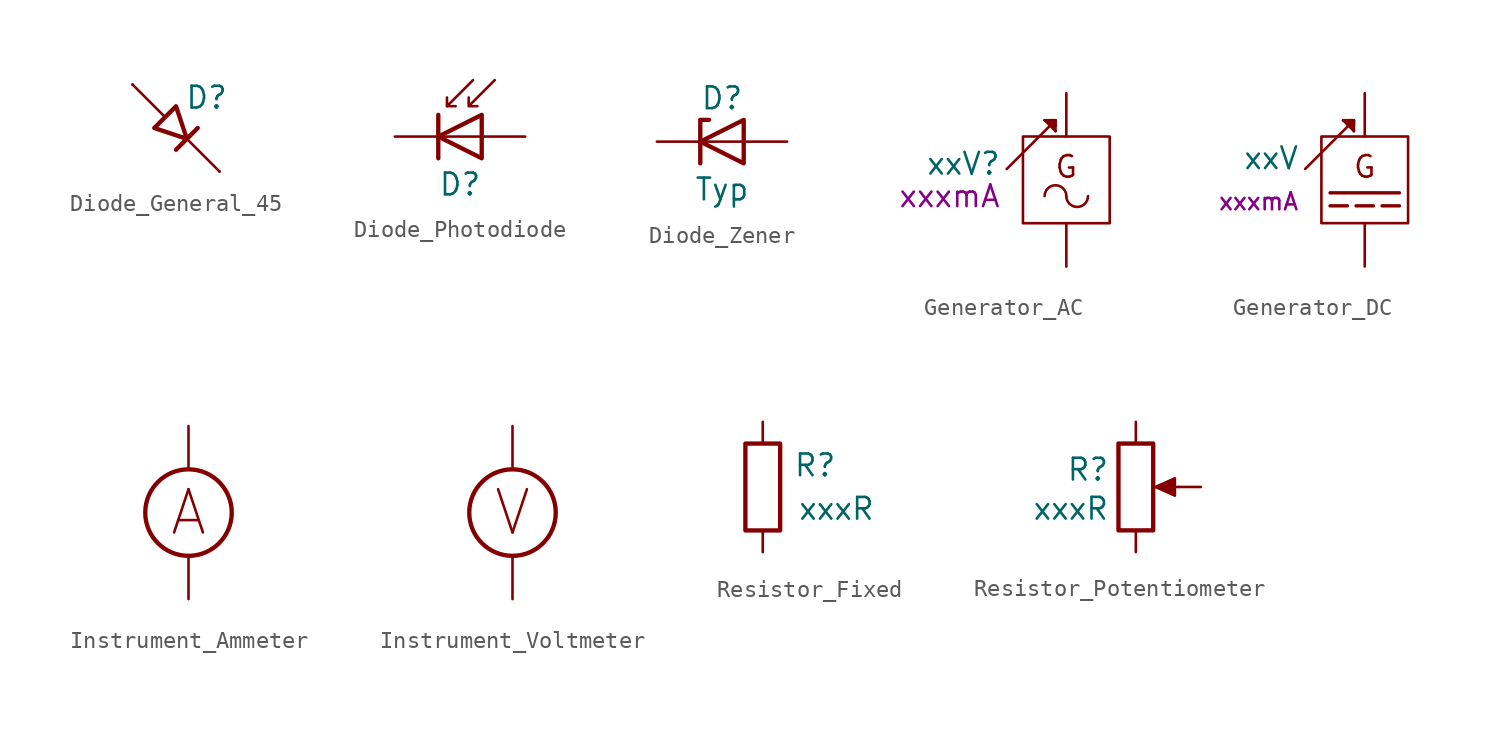
<source format=kicad_sym>
(kicad_symbol_lib
  (version 20231120)
  (generator "kicad_symbol_editor")
  (generator_version "8.0")
  (symbol "Diode_General_45"
    (pin_numbers hide)
    (pin_names
      (offset 0) hide)
    (property "Reference" "D"
      (at 0.508 1.778 0)
      (effects (font (size 1.27 1.27)) (justify left)))
    (symbol "Diode_General_45_0_1"
      (polyline (pts (xy -0.635 0.635) (xy -2.54 2.54)) (stroke (width 0) (type default)) (fill (type none)))
      (polyline (pts (xy 0 -1.27) (xy 1.27 0)) (stroke (width 0.254) (type default)) (fill (type none)))
      (polyline (pts (xy 2.54 -2.54) (xy 0.635 -0.635)) (stroke (width 0) (type default)) (fill (type none)))
      (polyline (pts (xy -1.27 0) (xy 0 1.27) (xy 0.635 -0.635) (xy -1.27 0)) (stroke (width 0.254) (type default)) (fill (type none))))
    (symbol "Diode_General_45_1_1"
      (pin passive line (at 2.54 -2.54 180) (length 0) (name "K" (effects (font (size 1.27 1.27)))) (number "1" (effects (font (size 1.27 1.27)))))
      (pin passive line (at -2.54 2.54 0) (length 0) (name "A" (effects (font (size 1.27 1.27)))) (number "2" (effects (font (size 1.27 1.27)))))))
  (symbol "Diode_Photodiode"
    (pin_numbers hide)
    (pin_names
      (offset 0) hide)
    (property "Reference" "D"
      (at 0 -2.794 0)
      (effects (font (size 1.27 1.27))))
    (property "Value" ""
      (at 0 0 0)
      (effects (font (size 1.27 1.27))))
    (symbol "Diode_Photodiode_0_1"
      (polyline (pts (xy -1.27 1.27) (xy -1.27 -1.27)) (stroke (width 0.254) (type default)) (fill (type none)))
      (polyline (pts (xy -0.762 1.778) (xy -0.254 1.778)) (stroke (width 0) (type default)) (fill (type none)))
      (polyline (pts (xy 1.27 0) (xy -1.27 0)) (stroke (width 0) (type default)) (fill (type none)))
      (polyline (pts (xy 0.762 3.302) (xy -0.762 1.778) (xy -0.762 2.286)) (stroke (width 0) (type default)) (fill (type none)))
      (polyline (pts (xy 1.27 -1.27) (xy 1.27 1.27) (xy -1.27 0) (xy 1.27 -1.27)) (stroke (width 0.254) (type default)) (fill (type none)))
      (polyline (pts (xy 2.032 3.302) (xy 0.508 1.778) (xy 0.508 2.286) (xy 0.508 1.778) (xy 1.016 1.778)) (stroke (width 0) (type default)) (fill (type none))))
    (symbol "Diode_Photodiode_1_1"
      (pin passive line (at -3.81 0 0) (length 2.54) (name "K" (effects (font (size 1.27 1.27)))) (number "1" (effects (font (size 1.27 1.27)))))
      (pin passive line (at 3.81 0 180) (length 2.54) (name "A" (effects (font (size 1.27 1.27)))) (number "2" (effects (font (size 1.27 1.27)))))))
  (symbol "Diode_Zener"
    (pin_numbers hide)
    (pin_names
      (offset 0) hide)
    (property "Reference" "D"
      (at 0 2.54 0)
      (effects (font (size 1.27 1.27))))
    (property "Value" "Typ"
      (at 0 -2.794 0)
      (effects (font (size 1.27 1.27))))
    (symbol "Diode_Zener_0_1"
      (polyline (pts (xy 1.27 0) (xy -1.27 0)) (stroke (width 0) (type default)) (fill (type none)))
      (polyline (pts (xy -1.27 -1.27) (xy -1.27 1.27) (xy -0.762 1.27)) (stroke (width 0.254) (type default)) (fill (type none)))
      (polyline (pts (xy 1.27 -1.27) (xy 1.27 1.27) (xy -1.27 0) (xy 1.27 -1.27)) (stroke (width 0.254) (type default)) (fill (type none))))
    (symbol "Diode_Zener_1_1"
      (pin passive line (at -3.81 0 0) (length 2.54) (name "K" (effects (font (size 1.27 1.27)))) (number "1" (effects (font (size 1.27 1.27)))))
      (pin passive line (at 3.81 0 180) (length 2.54) (name "A" (effects (font (size 1.27 1.27)))) (number "2" (effects (font (size 1.27 1.27)))))))
  (symbol "Generator_AC"
    (property "Reference" "xxV"
      (at -3.81 0.953 0)
      (do_not_autoplace)
      (effects (font (size 1.27 1.27)) (justify right)))
    (property "Value" ""
      (at 0 0 0)
      (effects (font (size 1.27 1.27))))
    (property "Current" "xxxmA"
      (at -3.81 -0.953 0)
      (do_not_autoplace)
      (effects (font (size 1.27 1.27)) (justify right)))
    (symbol "Generator_AC_0_0"
      (arc (start 0 -0.9498) (mid -0.635 -0.3175) (end -1.27 -0.9498) (stroke (width 0) (type default)) (fill (type none)))
      (arc (start 0 -0.9498) (mid 0.635 -1.5821) (end 1.27 -0.9498) (stroke (width 0) (type default)) (fill (type none))))
    (symbol "Generator_AC_0_1"
      (polyline (pts (xy -1.27 3.493) (xy -0.635 2.857)) (stroke (width 0) (type default)) (fill (type none)))
      (polyline (pts (xy -0.953 3.493) (xy -0.635 3.175)) (stroke (width 0) (type default)) (fill (type none)))
      (polyline (pts (xy -0.635 3.493) (xy -3.493 0.635)) (stroke (width 0) (type default)) (fill (type none)))
      (polyline (pts (xy -0.635 3.493) (xy -1.27 3.493)) (stroke (width 0) (type default)) (fill (type none)))
      (polyline (pts (xy -0.635 3.493) (xy -0.635 2.857)) (stroke (width 0) (type default)) (fill (type none)))
      (polyline (pts (xy -1.27 3.493) (xy -0.635 3.175) (xy -0.635 3.493) (xy -0.953 3.493) (xy -0.635 2.857)) (stroke (width 0) (type default)) (fill (type none))))
    (symbol "Generator_AC_1_1"
      (polyline (pts (xy 0 2.54) (xy -2.54 2.54) (xy -2.54 -2.54) (xy 2.54 -2.54) (xy 2.54 2.54) (xy 0 2.54)) (stroke (width 0) (type default)) (fill (type none)))
      (text "G" (at 0 0.762 0) (effects (font (size 1.27 1.27))))
      (pin power_out line (at 0 -5.08 90) (length 2.54) (name "" (effects (font (size 1.27 1.27)))) (number "" (effects (font (size 1.27 1.27)))))
      (pin power_out line (at 0 5.08 270) (length 2.54) (name "" (effects (font (size 1.27 1.27)))) (number "" (effects (font (size 1.27 1.27)))))))
  (symbol "Generator_DC"
    (pin_numbers hide)
    (pin_names hide)
    (property "Reference" "G"
      (at 0 0 0)
      (effects (font (size 1.27 1.27)) (hide yes)))
    (property "Value" "xxV"
      (at -3.81 1.27 0)
      (do_not_autoplace)
      (effects (font (size 1.27 1.27)) (justify right)))
    (property "Current" "xxxmA"
      (at -3.81 -1.27 0)
      (do_not_autoplace)
      (effects (font (size 1 1)) (justify right)))
    (symbol "Generator_DC_0_1"
      (polyline (pts (xy -1.27 3.493) (xy -0.635 2.857)) (stroke (width 0) (type default)) (fill (type none)))
      (polyline (pts (xy -0.953 3.493) (xy -0.635 3.175)) (stroke (width 0) (type default)) (fill (type none)))
      (polyline (pts (xy -0.635 3.493) (xy -3.493 0.635)) (stroke (width 0) (type default)) (fill (type none)))
      (polyline (pts (xy -0.635 3.493) (xy -1.27 3.493)) (stroke (width 0) (type default)) (fill (type none)))
      (polyline (pts (xy -0.635 3.493) (xy -0.635 2.857)) (stroke (width 0) (type default)) (fill (type none)))
      (polyline (pts (xy -1.27 3.493) (xy -0.635 3.175) (xy -0.635 3.493) (xy -0.953 3.493) (xy -0.635 2.857)) (stroke (width 0) (type default)) (fill (type none))))
    (symbol "Generator_DC_1_1"
      (polyline (pts (xy -2.032 -1.524) (xy -1.016 -1.524)) (stroke (width 0.2) (type default)) (fill (type none)))
      (polyline (pts (xy -2.032 -0.762) (xy 2.032 -0.762)) (stroke (width 0.2) (type default)) (fill (type none)))
      (polyline (pts (xy -0.508 -1.524) (xy 0.508 -1.524)) (stroke (width 0.2) (type default)) (fill (type none)))
      (polyline (pts (xy 1.016 -1.524) (xy 2.032 -1.524)) (stroke (width 0.2) (type default)) (fill (type none)))
      (polyline (pts (xy 0 2.54) (xy -2.54 2.54) (xy -2.54 -2.54) (xy 2.54 -2.54) (xy 2.54 2.54) (xy 0 2.54)) (stroke (width 0) (type default)) (fill (type none)))
      (text "G" (at 0 0.762 0) (effects (font (size 1.27 1.27))))
      (pin power_out line (at 0 -5.08 90) (length 2.54) (name "" (effects (font (size 1.27 1.27)))) (number "" (effects (font (size 1.27 1.27)))))
      (pin power_out line (at 0 5.08 270) (length 2.54) (name "" (effects (font (size 1.27 1.27)))) (number "" (effects (font (size 1.27 1.27)))))))
  (symbol "Instrument_Ammeter"
    (pin_numbers hide)
    (pin_names
      (offset 0) hide)
    (property "Reference" "AAA"
      (at 4.826 0 0)
      (effects (font (size 1.27 1.27)) (hide yes)))
    (symbol "Instrument_Ammeter_0_1"
      (circle (center 0 0) (radius 2.54) (stroke (width 0.254) (type default)) (fill (type none))))
    (symbol "Instrument_Ammeter_1_0"
      (text "A" (at 0 0 0) (effects (font (size 2.54 2.54)))))
    (symbol "Instrument_Ammeter_1_1"
      (pin passive line (at 0 -5.08 90) (length 2.54) (name "-" (effects (font (size 1.27 1.27)))) (number "1" (effects (font (size 1.27 1.27)))))
      (pin passive line (at 0 5.08 270) (length 2.54) (name "+" (effects (font (size 1.27 1.27)))) (number "2" (effects (font (size 1.27 1.27)))))))
  (symbol "Instrument_Voltmeter"
    (pin_numbers hide)
    (pin_names
      (offset 0) hide)
    (property "Reference" "UUU"
      (at 4.318 0 0)
      (effects (font (size 1.27 1.27)) (hide yes)))
    (symbol "Instrument_Voltmeter_0_0"
      (text "V" (at 0 0 0) (effects (font (size 2.54 2.54)))))
    (symbol "Instrument_Voltmeter_0_1"
      (circle (center 0 0) (radius 2.54) (stroke (width 0.254) (type default)) (fill (type none))))
    (symbol "Instrument_Voltmeter_1_1"
      (pin passive line (at 0 -5.08 90) (length 2.54) (name "-" (effects (font (size 1.27 1.27)))) (number "1" (effects (font (size 1.27 1.27)))))
      (pin passive line (at 0 5.08 270) (length 2.54) (name "+" (effects (font (size 1.27 1.27)))) (number "2" (effects (font (size 1.27 1.27)))))))
  (symbol "Resistor_Fixed"
    (pin_numbers hide)
    (pin_names
      (offset 0) hide)
    (property "Reference" "R"
      (at 1.778 1.27 0)
      (effects (font (size 1.27 1.27)) (justify left)))
    (property "Value" "xxxR"
      (at 2.032 -1.27 0)
      (effects (font (size 1.27 1.27)) (justify left)))
    (symbol "Resistor_Fixed_0_1"
      (rectangle (start -1.016 -2.54) (end 1.016 2.54) (stroke (width 0.254) (type default)) (fill (type none))))
    (symbol "Resistor_Fixed_1_1"
      (pin passive line (at 0 3.81 270) (length 1.27) (name "~" (effects (font (size 1.27 1.27)))) (number "1" (effects (font (size 1.27 1.27)))))
      (pin passive line (at 0 -3.81 90) (length 1.27) (name "~" (effects (font (size 1.27 1.27)))) (number "2" (effects (font (size 1.27 1.27)))))))
  (symbol "Resistor_Potentiometer"
    (pin_numbers hide)
    (pin_names
      (offset 0) hide)
    (property "Reference" "R"
      (at -1.524 1.016 0)
      (effects (font (size 1.27 1.27)) (justify right)))
    (property "Value" "xxxR"
      (at -1.524 -1.27 0)
      (effects (font (size 1.27 1.27)) (justify right)))
    (symbol "Resistor_Potentiometer_0_1"
      (rectangle (start -1.016 2.54) (end 1.016 -2.54) (stroke (width 0.254) (type default)) (fill (type none)))
      (polyline (pts (xy 2.54 0) (xy 1.524 0)) (stroke (width 0) (type default)) (fill (type none)))
      (polyline (pts (xy 1.143 0) (xy 2.286 0.508) (xy 2.286 -0.508) (xy 1.143 0)) (stroke (width 0) (type default)) (fill (type outline))))
    (symbol "Resistor_Potentiometer_1_1"
      (pin passive line (at 0 3.81 270) (length 1.27) (name "1" (effects (font (size 1.27 1.27)))) (number "1" (effects (font (size 1.27 1.27)))))
      (pin passive line (at 3.81 0 180) (length 1.27) (name "2" (effects (font (size 1.27 1.27)))) (number "2" (effects (font (size 1.27 1.27)))))
      (pin passive line (at 0 -3.81 90) (length 1.27) (name "3" (effects (font (size 1.27 1.27)))) (number "3" (effects (font (size 1.27 1.27))))))))
</source>
